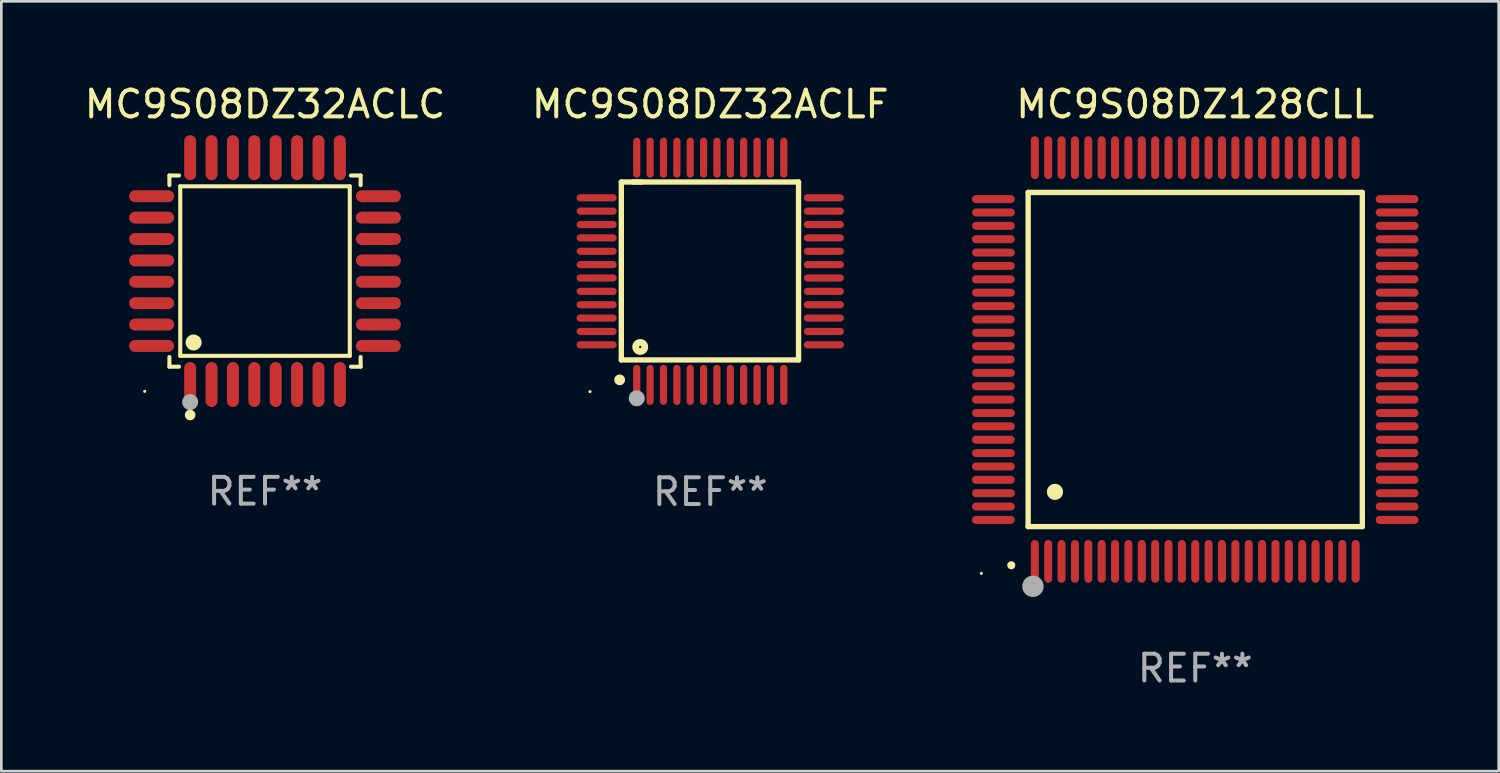
<source format=kicad_pcb>
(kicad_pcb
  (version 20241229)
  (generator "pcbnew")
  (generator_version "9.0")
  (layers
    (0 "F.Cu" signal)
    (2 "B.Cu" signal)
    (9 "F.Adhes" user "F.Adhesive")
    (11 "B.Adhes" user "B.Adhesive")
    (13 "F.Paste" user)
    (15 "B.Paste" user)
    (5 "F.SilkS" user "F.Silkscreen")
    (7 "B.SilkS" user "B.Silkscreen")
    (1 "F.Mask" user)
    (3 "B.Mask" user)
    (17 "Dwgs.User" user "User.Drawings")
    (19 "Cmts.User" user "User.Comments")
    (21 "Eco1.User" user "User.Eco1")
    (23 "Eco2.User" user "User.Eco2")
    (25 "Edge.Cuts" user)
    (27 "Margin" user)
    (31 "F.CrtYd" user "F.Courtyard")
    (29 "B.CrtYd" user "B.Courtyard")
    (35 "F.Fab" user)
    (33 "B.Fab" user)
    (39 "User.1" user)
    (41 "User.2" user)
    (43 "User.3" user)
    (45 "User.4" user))
  (footprint "MC9S08DZ128CLL"
    (layer "F.Cu")
    (at 41.659 10.398)
    (property "Reference" "MC9S08DZ128CLL" (at 0 -9.55 0) (layer "F.SilkS") (effects (font (size 1 1) (thickness 0.15))))
    (attr through_hole)
    (fp_line (start -6.25 -6.25) (end -6.25 6.25) (stroke (width 0.2) (type solid)) (layer "F.SilkS"))
    (fp_line (start -6.25 6.25) (end 6.25 6.25) (stroke (width 0.2) (type solid)) (layer "F.SilkS"))
    (fp_line (start 6.25 -6.25) (end -6.25 -6.25) (stroke (width 0.2) (type solid)) (layer "F.SilkS"))
    (fp_line (start 6.25 6.25) (end 6.25 -6.25) (stroke (width 0.2) (type solid)) (layer "F.SilkS"))
    (fp_arc (start -6.883414 7.696215) (mid -6.882144 7.69621) (end -6.880874 7.696215) (stroke (width 0.3) (type solid)) (layer "F.SilkS"))
    (fp_arc (start -5.250191 4.95047) (mid -5.247651 4.950459) (end -5.245111 4.95047) (stroke (width 0.6) (type solid)) (layer "F.SilkS"))
    (fp_circle (center -8 8) (end -7.97 8) (stroke (width 0.06) (type solid)) (fill no) (layer "F.SilkS"))
    (fp_circle (center -6.071 8.484) (end -5.871 8.484) (stroke (width 0.4) (type solid)) (fill no) (layer "F.Fab"))
    (fp_text user "REF**" (at 0 11.55 0) (layer "F.Fab") (effects (font (size 1 1) (thickness 0.15))))
    (pad "1" smd oval (at -6 7.55) (size 0.3 1.6) (layers "F.Cu" "F.Mask" "F.Paste"))
    (pad "2" smd oval (at -5.5 7.55) (size 0.3 1.6) (layers "F.Cu" "F.Mask" "F.Paste"))
    (pad "3" smd oval (at -5 7.55) (size 0.3 1.6) (layers "F.Cu" "F.Mask" "F.Paste"))
    (pad "4" smd oval (at -4.5 7.55) (size 0.3 1.6) (layers "F.Cu" "F.Mask" "F.Paste"))
    (pad "5" smd oval (at -4 7.55) (size 0.3 1.6) (layers "F.Cu" "F.Mask" "F.Paste"))
    (pad "6" smd oval (at -3.5 7.55) (size 0.3 1.6) (layers "F.Cu" "F.Mask" "F.Paste"))
    (pad "7" smd oval (at -3 7.55) (size 0.3 1.6) (layers "F.Cu" "F.Mask" "F.Paste"))
    (pad "8" smd oval (at -2.5 7.55) (size 0.3 1.6) (layers "F.Cu" "F.Mask" "F.Paste"))
    (pad "9" smd oval (at -2 7.55) (size 0.3 1.6) (layers "F.Cu" "F.Mask" "F.Paste"))
    (pad "10" smd oval (at -1.5 7.55) (size 0.3 1.6) (layers "F.Cu" "F.Mask" "F.Paste"))
    (pad "11" smd oval (at -1 7.55) (size 0.3 1.6) (layers "F.Cu" "F.Mask" "F.Paste"))
    (pad "12" smd oval (at -0.5 7.55) (size 0.3 1.6) (layers "F.Cu" "F.Mask" "F.Paste"))
    (pad "13" smd oval (at 0 7.55) (size 0.3 1.6) (layers "F.Cu" "F.Mask" "F.Paste"))
    (pad "14" smd oval (at 0.5 7.55) (size 0.3 1.6) (layers "F.Cu" "F.Mask" "F.Paste"))
    (pad "15" smd oval (at 1 7.55) (size 0.3 1.6) (layers "F.Cu" "F.Mask" "F.Paste"))
    (pad "16" smd oval (at 1.5 7.55) (size 0.3 1.6) (layers "F.Cu" "F.Mask" "F.Paste"))
    (pad "17" smd oval (at 2 7.55) (size 0.3 1.6) (layers "F.Cu" "F.Mask" "F.Paste"))
    (pad "18" smd oval (at 2.5 7.55) (size 0.3 1.6) (layers "F.Cu" "F.Mask" "F.Paste"))
    (pad "19" smd oval (at 3 7.55) (size 0.3 1.6) (layers "F.Cu" "F.Mask" "F.Paste"))
    (pad "20" smd oval (at 3.5 7.55) (size 0.3 1.6) (layers "F.Cu" "F.Mask" "F.Paste"))
    (pad "21" smd oval (at 4 7.55) (size 0.3 1.6) (layers "F.Cu" "F.Mask" "F.Paste"))
    (pad "22" smd oval (at 4.5 7.55) (size 0.3 1.6) (layers "F.Cu" "F.Mask" "F.Paste"))
    (pad "23" smd oval (at 5 7.55) (size 0.3 1.6) (layers "F.Cu" "F.Mask" "F.Paste"))
    (pad "24" smd oval (at 5.5 7.55) (size 0.3 1.6) (layers "F.Cu" "F.Mask" "F.Paste"))
    (pad "25" smd oval (at 6 7.55) (size 0.3 1.6) (layers "F.Cu" "F.Mask" "F.Paste"))
    (pad "26" smd oval (at 7.55 6) (size 1.6 0.3) (layers "F.Cu" "F.Mask" "F.Paste"))
    (pad "27" smd oval (at 7.55 5.5) (size 1.6 0.3) (layers "F.Cu" "F.Mask" "F.Paste"))
    (pad "28" smd oval (at 7.55 5) (size 1.6 0.3) (layers "F.Cu" "F.Mask" "F.Paste"))
    (pad "29" smd oval (at 7.55 4.5) (size 1.6 0.3) (layers "F.Cu" "F.Mask" "F.Paste"))
    (pad "30" smd oval (at 7.55 4) (size 1.6 0.3) (layers "F.Cu" "F.Mask" "F.Paste"))
    (pad "31" smd oval (at 7.55 3.5) (size 1.6 0.3) (layers "F.Cu" "F.Mask" "F.Paste"))
    (pad "32" smd oval (at 7.55 3) (size 1.6 0.3) (layers "F.Cu" "F.Mask" "F.Paste"))
    (pad "33" smd oval (at 7.55 2.5) (size 1.6 0.3) (layers "F.Cu" "F.Mask" "F.Paste"))
    (pad "34" smd oval (at 7.55 2) (size 1.6 0.3) (layers "F.Cu" "F.Mask" "F.Paste"))
    (pad "35" smd oval (at 7.55 1.5) (size 1.6 0.3) (layers "F.Cu" "F.Mask" "F.Paste"))
    (pad "36" smd oval (at 7.55 1) (size 1.6 0.3) (layers "F.Cu" "F.Mask" "F.Paste"))
    (pad "37" smd oval (at 7.55 0.5) (size 1.6 0.3) (layers "F.Cu" "F.Mask" "F.Paste"))
    (pad "38" smd oval (at 7.55 0) (size 1.6 0.3) (layers "F.Cu" "F.Mask" "F.Paste"))
    (pad "39" smd oval (at 7.55 -0.5) (size 1.6 0.3) (layers "F.Cu" "F.Mask" "F.Paste"))
    (pad "40" smd oval (at 7.55 -1) (size 1.6 0.3) (layers "F.Cu" "F.Mask" "F.Paste"))
    (pad "41" smd oval (at 7.55 -1.5) (size 1.6 0.3) (layers "F.Cu" "F.Mask" "F.Paste"))
    (pad "42" smd oval (at 7.55 -2) (size 1.6 0.3) (layers "F.Cu" "F.Mask" "F.Paste"))
    (pad "43" smd oval (at 7.55 -2.5) (size 1.6 0.3) (layers "F.Cu" "F.Mask" "F.Paste"))
    (pad "44" smd oval (at 7.55 -3) (size 1.6 0.3) (layers "F.Cu" "F.Mask" "F.Paste"))
    (pad "45" smd oval (at 7.55 -3.5) (size 1.6 0.3) (layers "F.Cu" "F.Mask" "F.Paste"))
    (pad "46" smd oval (at 7.55 -4) (size 1.6 0.3) (layers "F.Cu" "F.Mask" "F.Paste"))
    (pad "47" smd oval (at 7.55 -4.5) (size 1.6 0.3) (layers "F.Cu" "F.Mask" "F.Paste"))
    (pad "48" smd oval (at 7.55 -5) (size 1.6 0.3) (layers "F.Cu" "F.Mask" "F.Paste"))
    (pad "49" smd oval (at 7.55 -5.5) (size 1.6 0.3) (layers "F.Cu" "F.Mask" "F.Paste"))
    (pad "50" smd oval (at 7.55 -6) (size 1.6 0.3) (layers "F.Cu" "F.Mask" "F.Paste"))
    (pad "51" smd oval (at 6 -7.55) (size 0.3 1.6) (layers "F.Cu" "F.Mask" "F.Paste"))
    (pad "52" smd oval (at 5.5 -7.55) (size 0.3 1.6) (layers "F.Cu" "F.Mask" "F.Paste"))
    (pad "53" smd oval (at 5 -7.55) (size 0.3 1.6) (layers "F.Cu" "F.Mask" "F.Paste"))
    (pad "54" smd oval (at 4.5 -7.55) (size 0.3 1.6) (layers "F.Cu" "F.Mask" "F.Paste"))
    (pad "55" smd oval (at 4 -7.55) (size 0.3 1.6) (layers "F.Cu" "F.Mask" "F.Paste"))
    (pad "56" smd oval (at 3.5 -7.55) (size 0.3 1.6) (layers "F.Cu" "F.Mask" "F.Paste"))
    (pad "57" smd oval (at 3 -7.55) (size 0.3 1.6) (layers "F.Cu" "F.Mask" "F.Paste"))
    (pad "58" smd oval (at 2.5 -7.55) (size 0.3 1.6) (layers "F.Cu" "F.Mask" "F.Paste"))
    (pad "59" smd oval (at 2 -7.55) (size 0.3 1.6) (layers "F.Cu" "F.Mask" "F.Paste"))
    (pad "60" smd oval (at 1.5 -7.55) (size 0.3 1.6) (layers "F.Cu" "F.Mask" "F.Paste"))
    (pad "61" smd oval (at 1 -7.55) (size 0.3 1.6) (layers "F.Cu" "F.Mask" "F.Paste"))
    (pad "62" smd oval (at 0.5 -7.55) (size 0.3 1.6) (layers "F.Cu" "F.Mask" "F.Paste"))
    (pad "63" smd oval (at 0 -7.55) (size 0.3 1.6) (layers "F.Cu" "F.Mask" "F.Paste"))
    (pad "64" smd oval (at -0.5 -7.55) (size 0.3 1.6) (layers "F.Cu" "F.Mask" "F.Paste"))
    (pad "65" smd oval (at -1 -7.55) (size 0.3 1.6) (layers "F.Cu" "F.Mask" "F.Paste"))
    (pad "66" smd oval (at -1.5 -7.55) (size 0.3 1.6) (layers "F.Cu" "F.Mask" "F.Paste"))
    (pad "67" smd oval (at -2 -7.55) (size 0.3 1.6) (layers "F.Cu" "F.Mask" "F.Paste"))
    (pad "68" smd oval (at -2.5 -7.55) (size 0.3 1.6) (layers "F.Cu" "F.Mask" "F.Paste"))
    (pad "69" smd oval (at -3 -7.55) (size 0.3 1.6) (layers "F.Cu" "F.Mask" "F.Paste"))
    (pad "70" smd oval (at -3.5 -7.55) (size 0.3 1.6) (layers "F.Cu" "F.Mask" "F.Paste"))
    (pad "71" smd oval (at -4 -7.55) (size 0.3 1.6) (layers "F.Cu" "F.Mask" "F.Paste"))
    (pad "72" smd oval (at -4.5 -7.55) (size 0.3 1.6) (layers "F.Cu" "F.Mask" "F.Paste"))
    (pad "73" smd oval (at -5 -7.55) (size 0.3 1.6) (layers "F.Cu" "F.Mask" "F.Paste"))
    (pad "74" smd oval (at -5.5 -7.55) (size 0.3 1.6) (layers "F.Cu" "F.Mask" "F.Paste"))
    (pad "75" smd oval (at -6 -7.55) (size 0.3 1.6) (layers "F.Cu" "F.Mask" "F.Paste"))
    (pad "76" smd oval (at -7.55 -6) (size 1.6 0.3) (layers "F.Cu" "F.Mask" "F.Paste"))
    (pad "77" smd oval (at -7.55 -5.5) (size 1.6 0.3) (layers "F.Cu" "F.Mask" "F.Paste"))
    (pad "78" smd oval (at -7.55 -5) (size 1.6 0.3) (layers "F.Cu" "F.Mask" "F.Paste"))
    (pad "79" smd oval (at -7.55 -4.5) (size 1.6 0.3) (layers "F.Cu" "F.Mask" "F.Paste"))
    (pad "80" smd oval (at -7.55 -4) (size 1.6 0.3) (layers "F.Cu" "F.Mask" "F.Paste"))
    (pad "81" smd oval (at -7.55 -3.5) (size 1.6 0.3) (layers "F.Cu" "F.Mask" "F.Paste"))
    (pad "82" smd oval (at -7.55 -3) (size 1.6 0.3) (layers "F.Cu" "F.Mask" "F.Paste"))
    (pad "83" smd oval (at -7.55 -2.5) (size 1.6 0.3) (layers "F.Cu" "F.Mask" "F.Paste"))
    (pad "84" smd oval (at -7.55 -2) (size 1.6 0.3) (layers "F.Cu" "F.Mask" "F.Paste"))
    (pad "85" smd oval (at -7.55 -1.5) (size 1.6 0.3) (layers "F.Cu" "F.Mask" "F.Paste"))
    (pad "86" smd oval (at -7.55 -1) (size 1.6 0.3) (layers "F.Cu" "F.Mask" "F.Paste"))
    (pad "87" smd oval (at -7.55 -0.5) (size 1.6 0.3) (layers "F.Cu" "F.Mask" "F.Paste"))
    (pad "88" smd oval (at -7.55 0) (size 1.6 0.3) (layers "F.Cu" "F.Mask" "F.Paste"))
    (pad "89" smd oval (at -7.55 0.5) (size 1.6 0.3) (layers "F.Cu" "F.Mask" "F.Paste"))
    (pad "90" smd oval (at -7.55 1) (size 1.6 0.3) (layers "F.Cu" "F.Mask" "F.Paste"))
    (pad "91" smd oval (at -7.55 1.5) (size 1.6 0.3) (layers "F.Cu" "F.Mask" "F.Paste"))
    (pad "92" smd oval (at -7.55 2) (size 1.6 0.3) (layers "F.Cu" "F.Mask" "F.Paste"))
    (pad "93" smd oval (at -7.55 2.5) (size 1.6 0.3) (layers "F.Cu" "F.Mask" "F.Paste"))
    (pad "94" smd oval (at -7.55 3) (size 1.6 0.3) (layers "F.Cu" "F.Mask" "F.Paste"))
    (pad "95" smd oval (at -7.55 3.5) (size 1.6 0.3) (layers "F.Cu" "F.Mask" "F.Paste"))
    (pad "96" smd oval (at -7.55 4) (size 1.6 0.3) (layers "F.Cu" "F.Mask" "F.Paste"))
    (pad "97" smd oval (at -7.55 4.5) (size 1.6 0.3) (layers "F.Cu" "F.Mask" "F.Paste"))
    (pad "98" smd oval (at -7.55 5) (size 1.6 0.3) (layers "F.Cu" "F.Mask" "F.Paste"))
    (pad "99" smd oval (at -7.55 5.5) (size 1.6 0.3) (layers "F.Cu" "F.Mask" "F.Paste"))
    (pad "100" smd oval (at -7.55 6) (size 1.6 0.3) (layers "F.Cu" "F.Mask" "F.Paste")))
  (footprint "MC9S08DZ32ACLF"
    (layer "F.Cu")
    (at 23.518 7.098)
    (property "Reference" "MC9S08DZ32ACLF" (at 0 -6.25 0) (layer "F.SilkS") (effects (font (size 1 1) (thickness 0.15))))
    (attr through_hole)
    (fp_line (start -3.327 -3.34) (end -2.565 -3.34) (stroke (width 0.2) (type solid)) (layer "F.SilkS"))
    (fp_line (start -3.327 3.315) (end -3.327 -3.34) (stroke (width 0.2) (type solid)) (layer "F.SilkS"))
    (fp_line (start -2.896 -3.34) (end 3.302 -3.34) (stroke (width 0.2) (type solid)) (layer "F.SilkS"))
    (fp_line (start 3.302 -3.34) (end 3.302 3.315) (stroke (width 0.2) (type solid)) (layer "F.SilkS"))
    (fp_line (start 3.302 3.315) (end -3.327 3.315) (stroke (width 0.2) (type solid)) (layer "F.SilkS"))
    (fp_arc (start -3.389992 4.059995) (mid -3.388722 4.059991) (end -3.387452 4.059995) (stroke (width 0.4) (type solid)) (layer "F.SilkS"))
    (fp_circle (center -4.5 4.5) (end -4.47 4.5) (stroke (width 0.06) (type solid)) (fill no) (layer "F.SilkS"))
    (fp_circle (center -2.62 2.83) (end -2.45 2.83) (stroke (width 0.254) (type solid)) (fill no) (layer "F.SilkS"))
    (fp_circle (center -2.75 4.75) (end -2.6 4.75) (stroke (width 0.3) (type solid)) (fill no) (layer "F.Fab"))
    (fp_text user "REF**" (at 0 8.25 0) (layer "F.Fab") (effects (font (size 1 1) (thickness 0.15))))
    (pad "1" smd oval (at -2.75 4.25) (size 0.27 1.5) (layers "F.Cu" "F.Mask" "F.Paste"))
    (pad "2" smd oval (at -2.25 4.25) (size 0.27 1.5) (layers "F.Cu" "F.Mask" "F.Paste"))
    (pad "3" smd oval (at -1.75 4.25) (size 0.27 1.5) (layers "F.Cu" "F.Mask" "F.Paste"))
    (pad "4" smd oval (at -1.25 4.25) (size 0.27 1.5) (layers "F.Cu" "F.Mask" "F.Paste"))
    (pad "5" smd oval (at -0.75 4.25) (size 0.27 1.5) (layers "F.Cu" "F.Mask" "F.Paste"))
    (pad "6" smd oval (at -0.25 4.25) (size 0.27 1.5) (layers "F.Cu" "F.Mask" "F.Paste"))
    (pad "7" smd oval (at 0.25 4.25) (size 0.27 1.5) (layers "F.Cu" "F.Mask" "F.Paste"))
    (pad "8" smd oval (at 0.75 4.25) (size 0.27 1.5) (layers "F.Cu" "F.Mask" "F.Paste"))
    (pad "9" smd oval (at 1.25 4.25) (size 0.27 1.5) (layers "F.Cu" "F.Mask" "F.Paste"))
    (pad "10" smd oval (at 1.75 4.25) (size 0.27 1.5) (layers "F.Cu" "F.Mask" "F.Paste"))
    (pad "11" smd oval (at 2.25 4.25) (size 0.27 1.5) (layers "F.Cu" "F.Mask" "F.Paste"))
    (pad "12" smd oval (at 2.75 4.25) (size 0.27 1.5) (layers "F.Cu" "F.Mask" "F.Paste"))
    (pad "13" smd oval (at 4.25 2.75) (size 1.5 0.27) (layers "F.Cu" "F.Mask" "F.Paste"))
    (pad "14" smd oval (at 4.25 2.25) (size 1.5 0.27) (layers "F.Cu" "F.Mask" "F.Paste"))
    (pad "15" smd oval (at 4.25 1.75) (size 1.5 0.27) (layers "F.Cu" "F.Mask" "F.Paste"))
    (pad "16" smd oval (at 4.25 1.25) (size 1.5 0.27) (layers "F.Cu" "F.Mask" "F.Paste"))
    (pad "17" smd oval (at 4.25 0.75) (size 1.5 0.27) (layers "F.Cu" "F.Mask" "F.Paste"))
    (pad "18" smd oval (at 4.25 0.25) (size 1.5 0.27) (layers "F.Cu" "F.Mask" "F.Paste"))
    (pad "19" smd oval (at 4.25 -0.25) (size 1.5 0.27) (layers "F.Cu" "F.Mask" "F.Paste"))
    (pad "20" smd oval (at 4.25 -0.75) (size 1.5 0.27) (layers "F.Cu" "F.Mask" "F.Paste"))
    (pad "21" smd oval (at 4.25 -1.25) (size 1.5 0.27) (layers "F.Cu" "F.Mask" "F.Paste"))
    (pad "22" smd oval (at 4.25 -1.75) (size 1.5 0.27) (layers "F.Cu" "F.Mask" "F.Paste"))
    (pad "23" smd oval (at 4.25 -2.25) (size 1.5 0.27) (layers "F.Cu" "F.Mask" "F.Paste"))
    (pad "24" smd oval (at 4.25 -2.75) (size 1.5 0.27) (layers "F.Cu" "F.Mask" "F.Paste"))
    (pad "25" smd oval (at 2.75 -4.25) (size 0.27 1.5) (layers "F.Cu" "F.Mask" "F.Paste"))
    (pad "26" smd oval (at 2.25 -4.25) (size 0.27 1.5) (layers "F.Cu" "F.Mask" "F.Paste"))
    (pad "27" smd oval (at 1.75 -4.25) (size 0.27 1.5) (layers "F.Cu" "F.Mask" "F.Paste"))
    (pad "28" smd oval (at 1.25 -4.25) (size 0.27 1.5) (layers "F.Cu" "F.Mask" "F.Paste"))
    (pad "29" smd oval (at 0.75 -4.25) (size 0.27 1.5) (layers "F.Cu" "F.Mask" "F.Paste"))
    (pad "30" smd oval (at 0.25 -4.25) (size 0.27 1.5) (layers "F.Cu" "F.Mask" "F.Paste"))
    (pad "31" smd oval (at -0.25 -4.25) (size 0.27 1.5) (layers "F.Cu" "F.Mask" "F.Paste"))
    (pad "32" smd oval (at -0.75 -4.25) (size 0.27 1.5) (layers "F.Cu" "F.Mask" "F.Paste"))
    (pad "33" smd oval (at -1.25 -4.25) (size 0.27 1.5) (layers "F.Cu" "F.Mask" "F.Paste"))
    (pad "34" smd oval (at -1.75 -4.25) (size 0.27 1.5) (layers "F.Cu" "F.Mask" "F.Paste"))
    (pad "35" smd oval (at -2.25 -4.25) (size 0.27 1.5) (layers "F.Cu" "F.Mask" "F.Paste"))
    (pad "36" smd oval (at -2.75 -4.25) (size 0.27 1.5) (layers "F.Cu" "F.Mask" "F.Paste"))
    (pad "37" smd oval (at -4.25 -2.75) (size 1.5 0.27) (layers "F.Cu" "F.Mask" "F.Paste"))
    (pad "38" smd oval (at -4.25 -2.25) (size 1.5 0.27) (layers "F.Cu" "F.Mask" "F.Paste"))
    (pad "39" smd oval (at -4.25 -1.75) (size 1.5 0.27) (layers "F.Cu" "F.Mask" "F.Paste"))
    (pad "40" smd oval (at -4.25 -1.25) (size 1.5 0.27) (layers "F.Cu" "F.Mask" "F.Paste"))
    (pad "41" smd oval (at -4.25 -0.75) (size 1.5 0.27) (layers "F.Cu" "F.Mask" "F.Paste"))
    (pad "42" smd oval (at -4.25 -0.25) (size 1.5 0.27) (layers "F.Cu" "F.Mask" "F.Paste"))
    (pad "43" smd oval (at -4.25 0.25) (size 1.5 0.27) (layers "F.Cu" "F.Mask" "F.Paste"))
    (pad "44" smd oval (at -4.25 0.75) (size 1.5 0.27) (layers "F.Cu" "F.Mask" "F.Paste"))
    (pad "45" smd oval (at -4.25 1.25) (size 1.5 0.27) (layers "F.Cu" "F.Mask" "F.Paste"))
    (pad "46" smd oval (at -4.25 1.75) (size 1.5 0.27) (layers "F.Cu" "F.Mask" "F.Paste"))
    (pad "47" smd oval (at -4.25 2.25) (size 1.5 0.27) (layers "F.Cu" "F.Mask" "F.Paste"))
    (pad "48" smd oval (at -4.25 2.75) (size 1.5 0.27) (layers "F.Cu" "F.Mask" "F.Paste")))
  (footprint "MC9S08DZ32ACLC"
    (layer "F.Cu")
    (at 6.863 7.09)
    (property "Reference" "MC9S08DZ32ACLC" (at 0 -6.242 0) (layer "F.SilkS") (effects (font (size 1 1) (thickness 0.15))))
    (attr through_hole)
    (fp_line (start -3.576 -3.576) (end -3.215 -3.576) (stroke (width 0.152) (type solid)) (layer "F.SilkS"))
    (fp_line (start -3.576 -3.215) (end -3.576 -3.576) (stroke (width 0.152) (type solid)) (layer "F.SilkS"))
    (fp_line (start -3.576 3.215) (end -3.576 3.576) (stroke (width 0.152) (type solid)) (layer "F.SilkS"))
    (fp_line (start -3.576 3.576) (end -3.215 3.576) (stroke (width 0.152) (type solid)) (layer "F.SilkS"))
    (fp_line (start -3.171 -3.171) (end 3.171 -3.171) (stroke (width 0.152) (type solid)) (layer "F.SilkS"))
    (fp_line (start -3.171 3.171) (end -3.171 -3.171) (stroke (width 0.152) (type solid)) (layer "F.SilkS"))
    (fp_line (start 3.171 -3.171) (end 3.171 3.171) (stroke (width 0.152) (type solid)) (layer "F.SilkS"))
    (fp_line (start 3.171 3.171) (end -3.171 3.171) (stroke (width 0.152) (type solid)) (layer "F.SilkS"))
    (fp_line (start 3.576 -3.576) (end 3.215 -3.576) (stroke (width 0.152) (type solid)) (layer "F.SilkS"))
    (fp_line (start 3.576 -3.215) (end 3.576 -3.576) (stroke (width 0.152) (type solid)) (layer "F.SilkS"))
    (fp_line (start 3.576 3.215) (end 3.576 3.576) (stroke (width 0.152) (type solid)) (layer "F.SilkS"))
    (fp_line (start 3.576 3.576) (end 3.215 3.576) (stroke (width 0.152) (type solid)) (layer "F.SilkS"))
    (fp_circle (center -4.5 4.5) (end -4.47 4.5) (stroke (width 0.06) (type solid)) (fill no) (layer "F.SilkS"))
    (fp_circle (center -2.8 5.384) (end -2.7 5.384) (stroke (width 0.2) (type solid)) (fill no) (layer "F.SilkS"))
    (fp_circle (center -2.671 2.671) (end -2.521 2.671) (stroke (width 0.3) (type solid)) (fill no) (layer "F.SilkS"))
    (fp_circle (center -2.8 4.9) (end -2.65 4.9) (stroke (width 0.3) (type solid)) (fill no) (layer "F.Fab"))
    (fp_text user "REF**" (at 0 8.242 0) (layer "F.Fab") (effects (font (size 1 1) (thickness 0.15))))
    (pad "1" smd oval (at -2.8 4.242) (size 0.448 1.684) (layers "F.Cu" "F.Mask" "F.Paste"))
    (pad "2" smd oval (at -2 4.242) (size 0.448 1.684) (layers "F.Cu" "F.Mask" "F.Paste"))
    (pad "3" smd oval (at -1.2 4.242) (size 0.448 1.684) (layers "F.Cu" "F.Mask" "F.Paste"))
    (pad "4" smd oval (at -0.4 4.242) (size 0.448 1.684) (layers "F.Cu" "F.Mask" "F.Paste"))
    (pad "5" smd oval (at 0.4 4.242) (size 0.448 1.684) (layers "F.Cu" "F.Mask" "F.Paste"))
    (pad "6" smd oval (at 1.2 4.242) (size 0.448 1.684) (layers "F.Cu" "F.Mask" "F.Paste"))
    (pad "7" smd oval (at 2 4.242) (size 0.448 1.684) (layers "F.Cu" "F.Mask" "F.Paste"))
    (pad "8" smd oval (at 2.8 4.242) (size 0.448 1.684) (layers "F.Cu" "F.Mask" "F.Paste"))
    (pad "9" smd oval (at 4.242 2.8) (size 1.684 0.448) (layers "F.Cu" "F.Mask" "F.Paste"))
    (pad "10" smd oval (at 4.242 2) (size 1.684 0.448) (layers "F.Cu" "F.Mask" "F.Paste"))
    (pad "11" smd oval (at 4.242 1.2) (size 1.684 0.448) (layers "F.Cu" "F.Mask" "F.Paste"))
    (pad "12" smd oval (at 4.242 0.4) (size 1.684 0.448) (layers "F.Cu" "F.Mask" "F.Paste"))
    (pad "13" smd oval (at 4.242 -0.4) (size 1.684 0.448) (layers "F.Cu" "F.Mask" "F.Paste"))
    (pad "14" smd oval (at 4.242 -1.2) (size 1.684 0.448) (layers "F.Cu" "F.Mask" "F.Paste"))
    (pad "15" smd oval (at 4.242 -2) (size 1.684 0.448) (layers "F.Cu" "F.Mask" "F.Paste"))
    (pad "16" smd oval (at 4.242 -2.8) (size 1.684 0.448) (layers "F.Cu" "F.Mask" "F.Paste"))
    (pad "17" smd oval (at 2.8 -4.242) (size 0.448 1.684) (layers "F.Cu" "F.Mask" "F.Paste"))
    (pad "18" smd oval (at 2 -4.242) (size 0.448 1.684) (layers "F.Cu" "F.Mask" "F.Paste"))
    (pad "19" smd oval (at 1.2 -4.242) (size 0.448 1.684) (layers "F.Cu" "F.Mask" "F.Paste"))
    (pad "20" smd oval (at 0.4 -4.242) (size 0.448 1.684) (layers "F.Cu" "F.Mask" "F.Paste"))
    (pad "21" smd oval (at -0.4 -4.242) (size 0.448 1.684) (layers "F.Cu" "F.Mask" "F.Paste"))
    (pad "22" smd oval (at -1.2 -4.242) (size 0.448 1.684) (layers "F.Cu" "F.Mask" "F.Paste"))
    (pad "23" smd oval (at -2 -4.242) (size 0.448 1.684) (layers "F.Cu" "F.Mask" "F.Paste"))
    (pad "24" smd oval (at -2.8 -4.242) (size 0.448 1.684) (layers "F.Cu" "F.Mask" "F.Paste"))
    (pad "25" smd oval (at -4.242 -2.8) (size 1.684 0.448) (layers "F.Cu" "F.Mask" "F.Paste"))
    (pad "26" smd oval (at -4.242 -2) (size 1.684 0.448) (layers "F.Cu" "F.Mask" "F.Paste"))
    (pad "27" smd oval (at -4.242 -1.2) (size 1.684 0.448) (layers "F.Cu" "F.Mask" "F.Paste"))
    (pad "28" smd oval (at -4.242 -0.4) (size 1.684 0.448) (layers "F.Cu" "F.Mask" "F.Paste"))
    (pad "29" smd oval (at -4.242 0.4) (size 1.684 0.448) (layers "F.Cu" "F.Mask" "F.Paste"))
    (pad "30" smd oval (at -4.242 1.2) (size 1.684 0.448) (layers "F.Cu" "F.Mask" "F.Paste"))
    (pad "31" smd oval (at -4.242 2) (size 1.684 0.448) (layers "F.Cu" "F.Mask" "F.Paste"))
    (pad "32" smd oval (at -4.242 2.8) (size 1.684 0.448) (layers "F.Cu" "F.Mask" "F.Paste")))
  (gr_rect
    (start -3 -3)
    (end 53.009 25.796)
    (stroke (width 0.1) (type default))
    (fill no)
    (layer "Edge.Cuts")))
</source>
